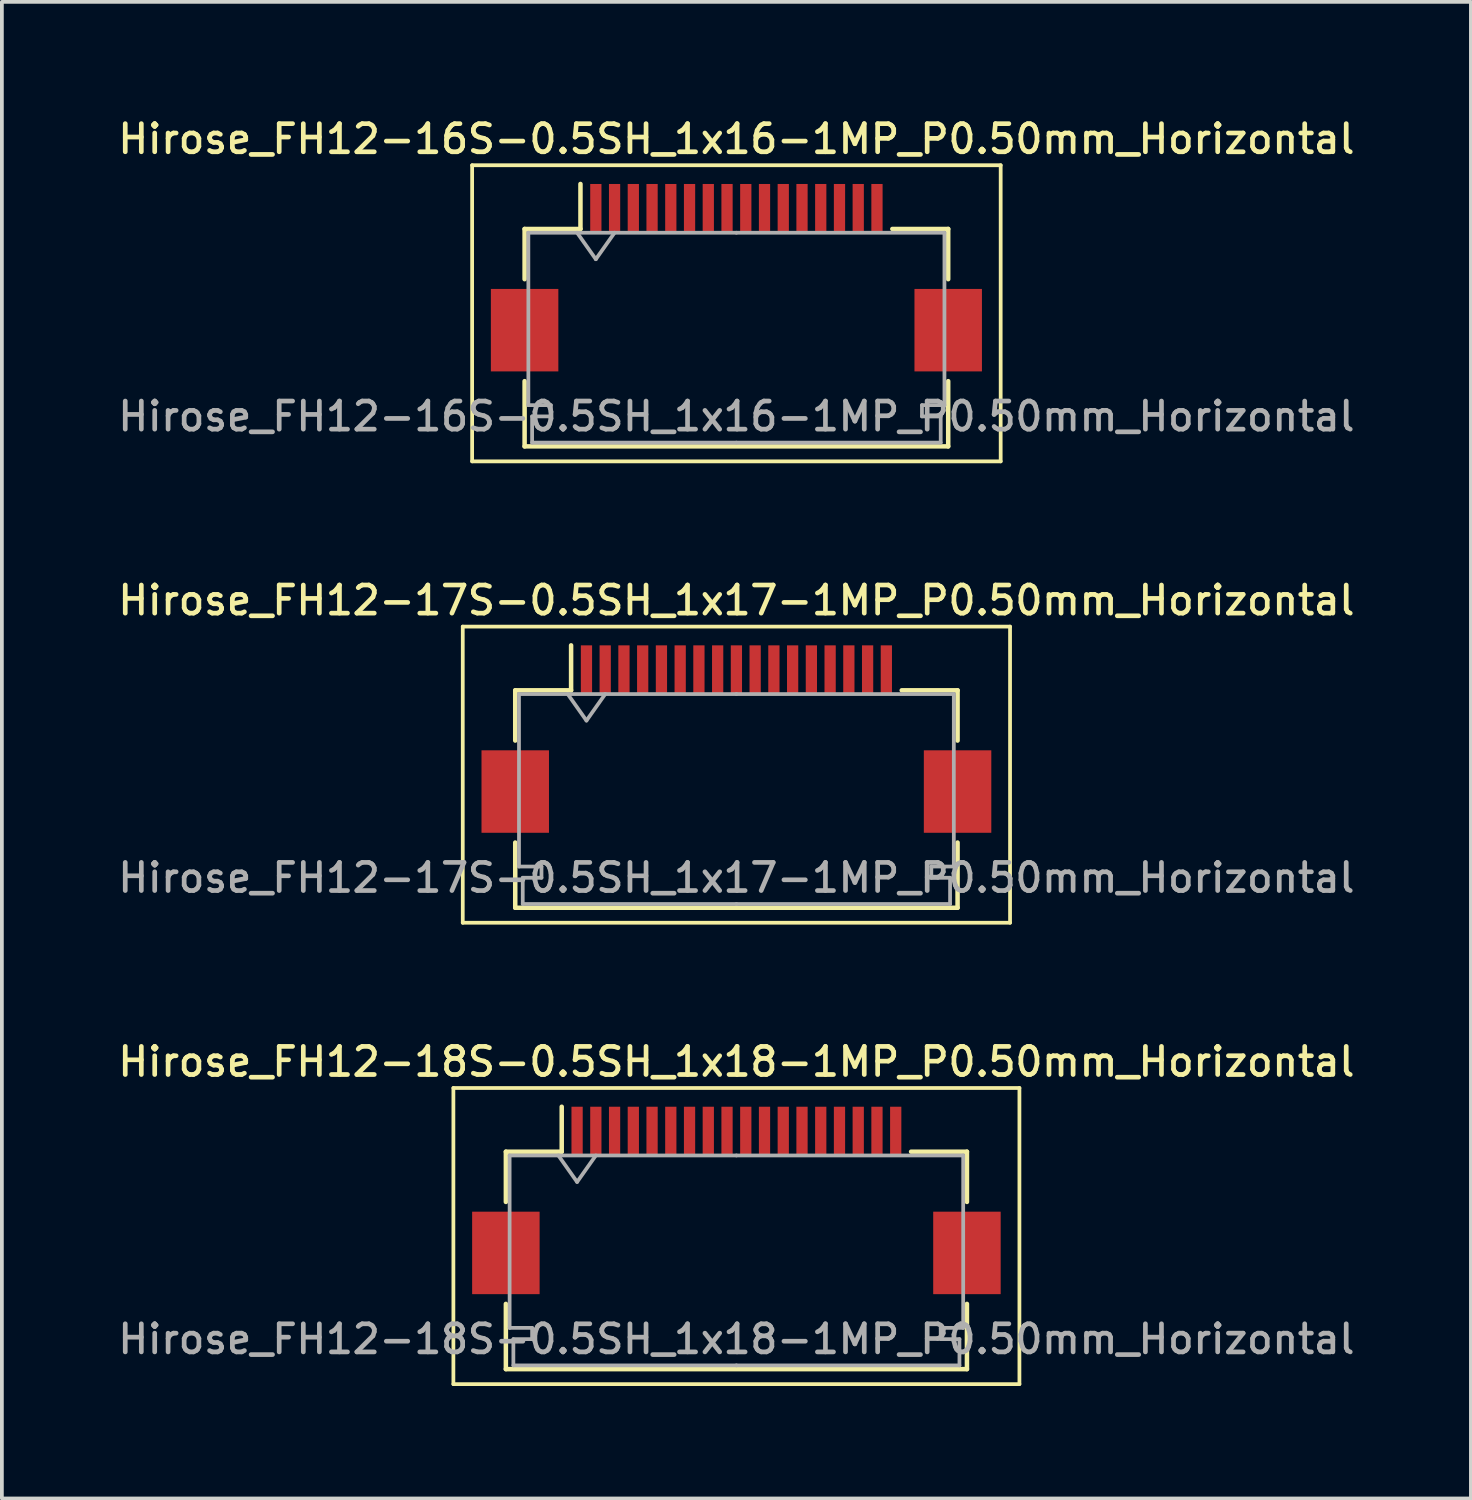
<source format=kicad_pcb>
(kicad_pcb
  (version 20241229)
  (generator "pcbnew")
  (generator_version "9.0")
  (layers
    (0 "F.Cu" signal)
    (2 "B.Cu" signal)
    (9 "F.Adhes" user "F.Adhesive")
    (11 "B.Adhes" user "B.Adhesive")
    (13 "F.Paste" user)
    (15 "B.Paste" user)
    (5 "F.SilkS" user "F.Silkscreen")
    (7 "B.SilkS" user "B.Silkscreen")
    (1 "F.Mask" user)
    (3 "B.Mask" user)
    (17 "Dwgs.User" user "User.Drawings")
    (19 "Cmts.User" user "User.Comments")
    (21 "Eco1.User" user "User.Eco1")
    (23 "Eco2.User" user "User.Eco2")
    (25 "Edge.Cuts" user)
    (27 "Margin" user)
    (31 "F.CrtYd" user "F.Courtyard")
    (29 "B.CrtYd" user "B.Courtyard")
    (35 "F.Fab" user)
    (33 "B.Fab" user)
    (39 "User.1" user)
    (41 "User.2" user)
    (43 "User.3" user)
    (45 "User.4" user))
  (footprint "Hirose_FH12-18S-0.5SH_1x18-1MP_P0.50mm_Horizontal"
    (layer "F.Cu")
    (at 16.595 28.974)
    (property "Reference" "Hirose_FH12-18S-0.5SH_1x18-1MP_P0.50mm_Horizontal" (at 0 -3.7 0) (layer "F.SilkS") (effects (font (size 0.75 0.75) (thickness 0.125))))
    (attr smd)
    (fp_line (start -7.55 -3) (end -7.55 4.9) (stroke (width 0.1) (type solid)) (layer "F.SilkS"))
    (fp_line (start -7.55 4.9) (end 7.55 4.9) (stroke (width 0.1) (type solid)) (layer "F.SilkS"))
    (fp_line (start -6.15 -1.3) (end -6.15 0.04) (stroke (width 0.12) (type solid)) (layer "F.SilkS"))
    (fp_line (start -6.15 2.76) (end -6.15 4.5) (stroke (width 0.12) (type solid)) (layer "F.SilkS"))
    (fp_line (start -6.15 4.5) (end 6.15 4.5) (stroke (width 0.12) (type solid)) (layer "F.SilkS"))
    (fp_line (start -4.66 -1.3) (end -6.15 -1.3) (stroke (width 0.12) (type solid)) (layer "F.SilkS"))
    (fp_line (start -4.66 -1.3) (end -4.66 -2.5) (stroke (width 0.12) (type solid)) (layer "F.SilkS"))
    (fp_line (start 4.66 -1.3) (end 6.15 -1.3) (stroke (width 0.12) (type solid)) (layer "F.SilkS"))
    (fp_line (start 6.15 -1.3) (end 6.15 0.04) (stroke (width 0.12) (type solid)) (layer "F.SilkS"))
    (fp_line (start 6.15 4.5) (end 6.15 2.76) (stroke (width 0.12) (type solid)) (layer "F.SilkS"))
    (fp_line (start 7.55 -3) (end -7.55 -3) (stroke (width 0.1) (type solid)) (layer "F.SilkS"))
    (fp_line (start 7.55 4.9) (end 7.55 -3) (stroke (width 0.1) (type solid)) (layer "F.SilkS"))
    (fp_line (start -6.05 -1.2) (end -6.05 3.4) (stroke (width 0.1) (type solid)) (layer "F.Fab"))
    (fp_line (start -6.05 3.4) (end -5.45 3.4) (stroke (width 0.1) (type solid)) (layer "F.Fab"))
    (fp_line (start -5.95 3.7) (end -5.95 4.4) (stroke (width 0.1) (type solid)) (layer "F.Fab"))
    (fp_line (start -5.95 4.4) (end 0 4.4) (stroke (width 0.1) (type solid)) (layer "F.Fab"))
    (fp_line (start -5.45 3.4) (end -5.45 3.7) (stroke (width 0.1) (type solid)) (layer "F.Fab"))
    (fp_line (start -5.45 3.7) (end -5.95 3.7) (stroke (width 0.1) (type solid)) (layer "F.Fab"))
    (fp_line (start -4.75 -1.2) (end -4.25 -0.493) (stroke (width 0.1) (type solid)) (layer "F.Fab"))
    (fp_line (start -4.25 -0.493) (end -3.75 -1.2) (stroke (width 0.1) (type solid)) (layer "F.Fab"))
    (fp_line (start 0 -1.2) (end -6.05 -1.2) (stroke (width 0.1) (type solid)) (layer "F.Fab"))
    (fp_line (start 0 -1.2) (end 6.05 -1.2) (stroke (width 0.1) (type solid)) (layer "F.Fab"))
    (fp_line (start 5.45 3.4) (end 5.45 3.7) (stroke (width 0.1) (type solid)) (layer "F.Fab"))
    (fp_line (start 5.45 3.7) (end 5.95 3.7) (stroke (width 0.1) (type solid)) (layer "F.Fab"))
    (fp_line (start 5.95 3.7) (end 5.95 4.4) (stroke (width 0.1) (type solid)) (layer "F.Fab"))
    (fp_line (start 5.95 4.4) (end 0 4.4) (stroke (width 0.1) (type solid)) (layer "F.Fab"))
    (fp_line (start 6.05 -1.2) (end 6.05 3.4) (stroke (width 0.1) (type solid)) (layer "F.Fab"))
    (fp_line (start 6.05 3.4) (end 5.45 3.4) (stroke (width 0.1) (type solid)) (layer "F.Fab"))
    (fp_text user "${REFERENCE}" (at 0 3.7 0) (layer "F.Fab") (effects (font (size 0.75 0.75) (thickness 0.125))))
    (pad "1" smd rect (at -4.25 -1.85) (size 0.3 1.3) (layers "F.Cu" "F.Mask" "F.Paste"))
    (pad "2" smd rect (at -3.75 -1.85) (size 0.3 1.3) (layers "F.Cu" "F.Mask" "F.Paste"))
    (pad "3" smd rect (at -3.25 -1.85) (size 0.3 1.3) (layers "F.Cu" "F.Mask" "F.Paste"))
    (pad "4" smd rect (at -2.75 -1.85) (size 0.3 1.3) (layers "F.Cu" "F.Mask" "F.Paste"))
    (pad "5" smd rect (at -2.25 -1.85) (size 0.3 1.3) (layers "F.Cu" "F.Mask" "F.Paste"))
    (pad "6" smd rect (at -1.75 -1.85) (size 0.3 1.3) (layers "F.Cu" "F.Mask" "F.Paste"))
    (pad "7" smd rect (at -1.25 -1.85) (size 0.3 1.3) (layers "F.Cu" "F.Mask" "F.Paste"))
    (pad "8" smd rect (at -0.75 -1.85) (size 0.3 1.3) (layers "F.Cu" "F.Mask" "F.Paste"))
    (pad "9" smd rect (at -0.25 -1.85) (size 0.3 1.3) (layers "F.Cu" "F.Mask" "F.Paste"))
    (pad "10" smd rect (at 0.25 -1.85) (size 0.3 1.3) (layers "F.Cu" "F.Mask" "F.Paste"))
    (pad "11" smd rect (at 0.75 -1.85) (size 0.3 1.3) (layers "F.Cu" "F.Mask" "F.Paste"))
    (pad "12" smd rect (at 1.25 -1.85) (size 0.3 1.3) (layers "F.Cu" "F.Mask" "F.Paste"))
    (pad "13" smd rect (at 1.75 -1.85) (size 0.3 1.3) (layers "F.Cu" "F.Mask" "F.Paste"))
    (pad "14" smd rect (at 2.25 -1.85) (size 0.3 1.3) (layers "F.Cu" "F.Mask" "F.Paste"))
    (pad "15" smd rect (at 2.75 -1.85) (size 0.3 1.3) (layers "F.Cu" "F.Mask" "F.Paste"))
    (pad "16" smd rect (at 3.25 -1.85) (size 0.3 1.3) (layers "F.Cu" "F.Mask" "F.Paste"))
    (pad "17" smd rect (at 3.75 -1.85) (size 0.3 1.3) (layers "F.Cu" "F.Mask" "F.Paste"))
    (pad "18" smd rect (at 4.25 -1.85) (size 0.3 1.3) (layers "F.Cu" "F.Mask" "F.Paste"))
    (pad "MP" smd rect (at -6.15 1.4) (size 1.8 2.2) (layers "F.Cu" "F.Mask" "F.Paste"))
    (pad "MP" smd rect (at 6.15 1.4) (size 1.8 2.2) (layers "F.Cu" "F.Mask" "F.Paste")))
  (footprint "Hirose_FH12-17S-0.5SH_1x17-1MP_P0.50mm_Horizontal"
    (layer "F.Cu")
    (at 16.595 16.666)
    (property "Reference" "Hirose_FH12-17S-0.5SH_1x17-1MP_P0.50mm_Horizontal" (at 0 -3.7 0) (layer "F.SilkS") (effects (font (size 0.75 0.75) (thickness 0.125))))
    (attr smd)
    (fp_line (start -7.3 -3) (end -7.3 4.9) (stroke (width 0.1) (type solid)) (layer "F.SilkS"))
    (fp_line (start -7.3 4.9) (end 7.3 4.9) (stroke (width 0.1) (type solid)) (layer "F.SilkS"))
    (fp_line (start -5.9 -1.3) (end -5.9 0.04) (stroke (width 0.12) (type solid)) (layer "F.SilkS"))
    (fp_line (start -5.9 2.76) (end -5.9 4.5) (stroke (width 0.12) (type solid)) (layer "F.SilkS"))
    (fp_line (start -5.9 4.5) (end 5.9 4.5) (stroke (width 0.12) (type solid)) (layer "F.SilkS"))
    (fp_line (start -4.41 -1.3) (end -5.9 -1.3) (stroke (width 0.12) (type solid)) (layer "F.SilkS"))
    (fp_line (start -4.41 -1.3) (end -4.41 -2.5) (stroke (width 0.12) (type solid)) (layer "F.SilkS"))
    (fp_line (start 4.41 -1.3) (end 5.9 -1.3) (stroke (width 0.12) (type solid)) (layer "F.SilkS"))
    (fp_line (start 5.9 -1.3) (end 5.9 0.04) (stroke (width 0.12) (type solid)) (layer "F.SilkS"))
    (fp_line (start 5.9 4.5) (end 5.9 2.76) (stroke (width 0.12) (type solid)) (layer "F.SilkS"))
    (fp_line (start 7.3 -3) (end -7.3 -3) (stroke (width 0.1) (type solid)) (layer "F.SilkS"))
    (fp_line (start 7.3 4.9) (end 7.3 -3) (stroke (width 0.1) (type solid)) (layer "F.SilkS"))
    (fp_line (start -5.8 -1.2) (end -5.8 3.4) (stroke (width 0.1) (type solid)) (layer "F.Fab"))
    (fp_line (start -5.8 3.4) (end -5.2 3.4) (stroke (width 0.1) (type solid)) (layer "F.Fab"))
    (fp_line (start -5.7 3.7) (end -5.7 4.4) (stroke (width 0.1) (type solid)) (layer "F.Fab"))
    (fp_line (start -5.7 4.4) (end 0 4.4) (stroke (width 0.1) (type solid)) (layer "F.Fab"))
    (fp_line (start -5.2 3.4) (end -5.2 3.7) (stroke (width 0.1) (type solid)) (layer "F.Fab"))
    (fp_line (start -5.2 3.7) (end -5.7 3.7) (stroke (width 0.1) (type solid)) (layer "F.Fab"))
    (fp_line (start -4.5 -1.2) (end -4 -0.493) (stroke (width 0.1) (type solid)) (layer "F.Fab"))
    (fp_line (start -4 -0.493) (end -3.5 -1.2) (stroke (width 0.1) (type solid)) (layer "F.Fab"))
    (fp_line (start 0 -1.2) (end -5.8 -1.2) (stroke (width 0.1) (type solid)) (layer "F.Fab"))
    (fp_line (start 0 -1.2) (end 5.8 -1.2) (stroke (width 0.1) (type solid)) (layer "F.Fab"))
    (fp_line (start 5.2 3.4) (end 5.2 3.7) (stroke (width 0.1) (type solid)) (layer "F.Fab"))
    (fp_line (start 5.2 3.7) (end 5.7 3.7) (stroke (width 0.1) (type solid)) (layer "F.Fab"))
    (fp_line (start 5.7 3.7) (end 5.7 4.4) (stroke (width 0.1) (type solid)) (layer "F.Fab"))
    (fp_line (start 5.7 4.4) (end 0 4.4) (stroke (width 0.1) (type solid)) (layer "F.Fab"))
    (fp_line (start 5.8 -1.2) (end 5.8 3.4) (stroke (width 0.1) (type solid)) (layer "F.Fab"))
    (fp_line (start 5.8 3.4) (end 5.2 3.4) (stroke (width 0.1) (type solid)) (layer "F.Fab"))
    (fp_text user "${REFERENCE}" (at 0 3.7 0) (layer "F.Fab") (effects (font (size 0.75 0.75) (thickness 0.125))))
    (pad "1" smd rect (at -4 -1.85) (size 0.3 1.3) (layers "F.Cu" "F.Mask" "F.Paste"))
    (pad "2" smd rect (at -3.5 -1.85) (size 0.3 1.3) (layers "F.Cu" "F.Mask" "F.Paste"))
    (pad "3" smd rect (at -3 -1.85) (size 0.3 1.3) (layers "F.Cu" "F.Mask" "F.Paste"))
    (pad "4" smd rect (at -2.5 -1.85) (size 0.3 1.3) (layers "F.Cu" "F.Mask" "F.Paste"))
    (pad "5" smd rect (at -2 -1.85) (size 0.3 1.3) (layers "F.Cu" "F.Mask" "F.Paste"))
    (pad "6" smd rect (at -1.5 -1.85) (size 0.3 1.3) (layers "F.Cu" "F.Mask" "F.Paste"))
    (pad "7" smd rect (at -1 -1.85) (size 0.3 1.3) (layers "F.Cu" "F.Mask" "F.Paste"))
    (pad "8" smd rect (at -0.5 -1.85) (size 0.3 1.3) (layers "F.Cu" "F.Mask" "F.Paste"))
    (pad "9" smd rect (at 0 -1.85) (size 0.3 1.3) (layers "F.Cu" "F.Mask" "F.Paste"))
    (pad "10" smd rect (at 0.5 -1.85) (size 0.3 1.3) (layers "F.Cu" "F.Mask" "F.Paste"))
    (pad "11" smd rect (at 1 -1.85) (size 0.3 1.3) (layers "F.Cu" "F.Mask" "F.Paste"))
    (pad "12" smd rect (at 1.5 -1.85) (size 0.3 1.3) (layers "F.Cu" "F.Mask" "F.Paste"))
    (pad "13" smd rect (at 2 -1.85) (size 0.3 1.3) (layers "F.Cu" "F.Mask" "F.Paste"))
    (pad "14" smd rect (at 2.5 -1.85) (size 0.3 1.3) (layers "F.Cu" "F.Mask" "F.Paste"))
    (pad "15" smd rect (at 3 -1.85) (size 0.3 1.3) (layers "F.Cu" "F.Mask" "F.Paste"))
    (pad "16" smd rect (at 3.5 -1.85) (size 0.3 1.3) (layers "F.Cu" "F.Mask" "F.Paste"))
    (pad "17" smd rect (at 4 -1.85) (size 0.3 1.3) (layers "F.Cu" "F.Mask" "F.Paste"))
    (pad "MP" smd rect (at -5.9 1.4) (size 1.8 2.2) (layers "F.Cu" "F.Mask" "F.Paste"))
    (pad "MP" smd rect (at 5.9 1.4) (size 1.8 2.2) (layers "F.Cu" "F.Mask" "F.Paste")))
  (footprint "Hirose_FH12-16S-0.5SH_1x16-1MP_P0.50mm_Horizontal"
    (layer "F.Cu")
    (at 16.595 4.358)
    (property "Reference" "Hirose_FH12-16S-0.5SH_1x16-1MP_P0.50mm_Horizontal" (at 0 -3.7 0) (layer "F.SilkS") (effects (font (size 0.75 0.75) (thickness 0.125))))
    (attr smd)
    (fp_line (start -7.05 -3) (end -7.05 4.9) (stroke (width 0.1) (type solid)) (layer "F.SilkS"))
    (fp_line (start -7.05 4.9) (end 7.05 4.9) (stroke (width 0.1) (type solid)) (layer "F.SilkS"))
    (fp_line (start -5.65 -1.3) (end -5.65 0.04) (stroke (width 0.12) (type solid)) (layer "F.SilkS"))
    (fp_line (start -5.65 2.76) (end -5.65 4.5) (stroke (width 0.12) (type solid)) (layer "F.SilkS"))
    (fp_line (start -5.65 4.5) (end 5.65 4.5) (stroke (width 0.12) (type solid)) (layer "F.SilkS"))
    (fp_line (start -4.16 -1.3) (end -5.65 -1.3) (stroke (width 0.12) (type solid)) (layer "F.SilkS"))
    (fp_line (start -4.16 -1.3) (end -4.16 -2.5) (stroke (width 0.12) (type solid)) (layer "F.SilkS"))
    (fp_line (start 4.16 -1.3) (end 5.65 -1.3) (stroke (width 0.12) (type solid)) (layer "F.SilkS"))
    (fp_line (start 5.65 -1.3) (end 5.65 0.04) (stroke (width 0.12) (type solid)) (layer "F.SilkS"))
    (fp_line (start 5.65 4.5) (end 5.65 2.76) (stroke (width 0.12) (type solid)) (layer "F.SilkS"))
    (fp_line (start 7.05 -3) (end -7.05 -3) (stroke (width 0.1) (type solid)) (layer "F.SilkS"))
    (fp_line (start 7.05 4.9) (end 7.05 -3) (stroke (width 0.1) (type solid)) (layer "F.SilkS"))
    (fp_line (start -5.55 -1.2) (end -5.55 3.4) (stroke (width 0.1) (type solid)) (layer "F.Fab"))
    (fp_line (start -5.55 3.4) (end -4.95 3.4) (stroke (width 0.1) (type solid)) (layer "F.Fab"))
    (fp_line (start -5.45 3.7) (end -5.45 4.4) (stroke (width 0.1) (type solid)) (layer "F.Fab"))
    (fp_line (start -5.45 4.4) (end 0 4.4) (stroke (width 0.1) (type solid)) (layer "F.Fab"))
    (fp_line (start -4.95 3.4) (end -4.95 3.7) (stroke (width 0.1) (type solid)) (layer "F.Fab"))
    (fp_line (start -4.95 3.7) (end -5.45 3.7) (stroke (width 0.1) (type solid)) (layer "F.Fab"))
    (fp_line (start -4.25 -1.2) (end -3.75 -0.493) (stroke (width 0.1) (type solid)) (layer "F.Fab"))
    (fp_line (start -3.75 -0.493) (end -3.25 -1.2) (stroke (width 0.1) (type solid)) (layer "F.Fab"))
    (fp_line (start 0 -1.2) (end -5.55 -1.2) (stroke (width 0.1) (type solid)) (layer "F.Fab"))
    (fp_line (start 0 -1.2) (end 5.55 -1.2) (stroke (width 0.1) (type solid)) (layer "F.Fab"))
    (fp_line (start 4.95 3.4) (end 4.95 3.7) (stroke (width 0.1) (type solid)) (layer "F.Fab"))
    (fp_line (start 4.95 3.7) (end 5.45 3.7) (stroke (width 0.1) (type solid)) (layer "F.Fab"))
    (fp_line (start 5.45 3.7) (end 5.45 4.4) (stroke (width 0.1) (type solid)) (layer "F.Fab"))
    (fp_line (start 5.45 4.4) (end 0 4.4) (stroke (width 0.1) (type solid)) (layer "F.Fab"))
    (fp_line (start 5.55 -1.2) (end 5.55 3.4) (stroke (width 0.1) (type solid)) (layer "F.Fab"))
    (fp_line (start 5.55 3.4) (end 4.95 3.4) (stroke (width 0.1) (type solid)) (layer "F.Fab"))
    (fp_text user "${REFERENCE}" (at 0 3.7 0) (layer "F.Fab") (effects (font (size 0.75 0.75) (thickness 0.125))))
    (pad "1" smd rect (at -3.75 -1.85) (size 0.3 1.3) (layers "F.Cu" "F.Mask" "F.Paste"))
    (pad "2" smd rect (at -3.25 -1.85) (size 0.3 1.3) (layers "F.Cu" "F.Mask" "F.Paste"))
    (pad "3" smd rect (at -2.75 -1.85) (size 0.3 1.3) (layers "F.Cu" "F.Mask" "F.Paste"))
    (pad "4" smd rect (at -2.25 -1.85) (size 0.3 1.3) (layers "F.Cu" "F.Mask" "F.Paste"))
    (pad "5" smd rect (at -1.75 -1.85) (size 0.3 1.3) (layers "F.Cu" "F.Mask" "F.Paste"))
    (pad "6" smd rect (at -1.25 -1.85) (size 0.3 1.3) (layers "F.Cu" "F.Mask" "F.Paste"))
    (pad "7" smd rect (at -0.75 -1.85) (size 0.3 1.3) (layers "F.Cu" "F.Mask" "F.Paste"))
    (pad "8" smd rect (at -0.25 -1.85) (size 0.3 1.3) (layers "F.Cu" "F.Mask" "F.Paste"))
    (pad "9" smd rect (at 0.25 -1.85) (size 0.3 1.3) (layers "F.Cu" "F.Mask" "F.Paste"))
    (pad "10" smd rect (at 0.75 -1.85) (size 0.3 1.3) (layers "F.Cu" "F.Mask" "F.Paste"))
    (pad "11" smd rect (at 1.25 -1.85) (size 0.3 1.3) (layers "F.Cu" "F.Mask" "F.Paste"))
    (pad "12" smd rect (at 1.75 -1.85) (size 0.3 1.3) (layers "F.Cu" "F.Mask" "F.Paste"))
    (pad "13" smd rect (at 2.25 -1.85) (size 0.3 1.3) (layers "F.Cu" "F.Mask" "F.Paste"))
    (pad "14" smd rect (at 2.75 -1.85) (size 0.3 1.3) (layers "F.Cu" "F.Mask" "F.Paste"))
    (pad "15" smd rect (at 3.25 -1.85) (size 0.3 1.3) (layers "F.Cu" "F.Mask" "F.Paste"))
    (pad "16" smd rect (at 3.75 -1.85) (size 0.3 1.3) (layers "F.Cu" "F.Mask" "F.Paste"))
    (pad "MP" smd rect (at -5.65 1.4) (size 1.8 2.2) (layers "F.Cu" "F.Mask" "F.Paste"))
    (pad "MP" smd rect (at 5.65 1.4) (size 1.8 2.2) (layers "F.Cu" "F.Mask" "F.Paste")))
  (gr_rect
    (start -3 -3)
    (end 36.189 36.924)
    (stroke (width 0.1) (type default))
    (fill no)
    (layer "Edge.Cuts")))
</source>
